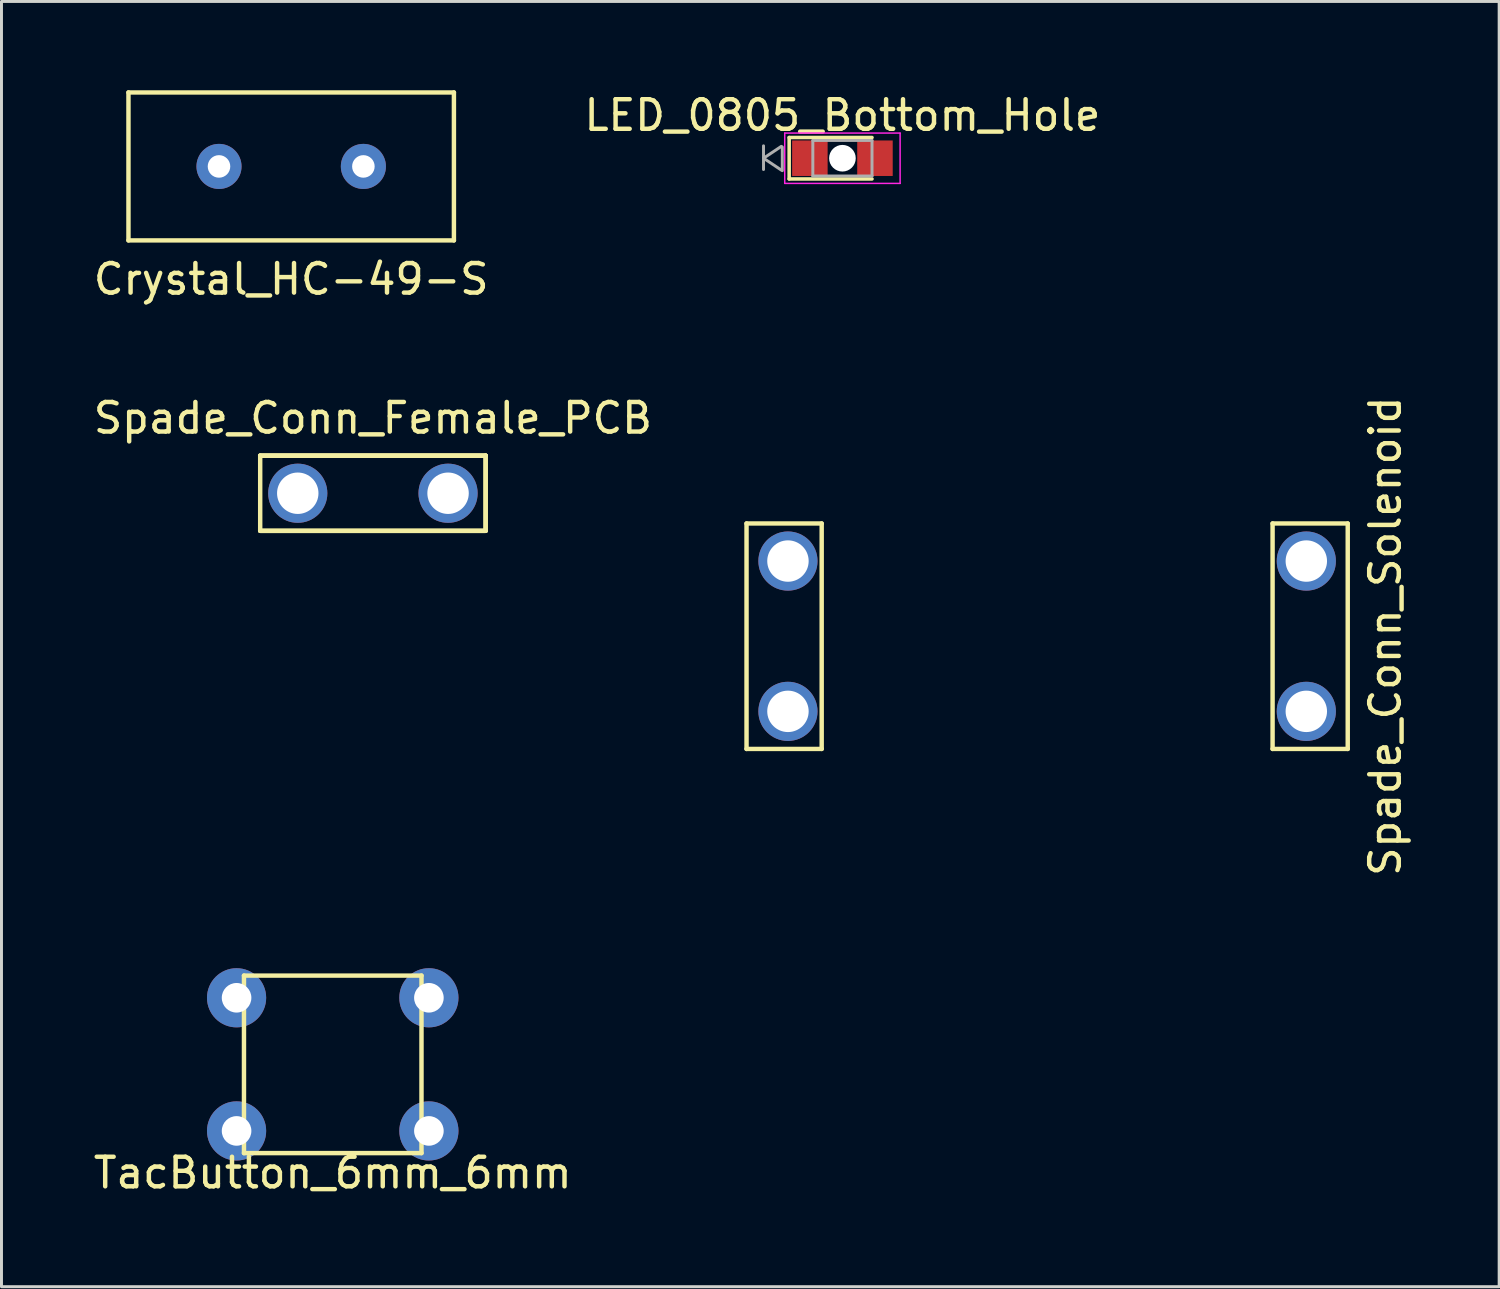
<source format=kicad_pcb>
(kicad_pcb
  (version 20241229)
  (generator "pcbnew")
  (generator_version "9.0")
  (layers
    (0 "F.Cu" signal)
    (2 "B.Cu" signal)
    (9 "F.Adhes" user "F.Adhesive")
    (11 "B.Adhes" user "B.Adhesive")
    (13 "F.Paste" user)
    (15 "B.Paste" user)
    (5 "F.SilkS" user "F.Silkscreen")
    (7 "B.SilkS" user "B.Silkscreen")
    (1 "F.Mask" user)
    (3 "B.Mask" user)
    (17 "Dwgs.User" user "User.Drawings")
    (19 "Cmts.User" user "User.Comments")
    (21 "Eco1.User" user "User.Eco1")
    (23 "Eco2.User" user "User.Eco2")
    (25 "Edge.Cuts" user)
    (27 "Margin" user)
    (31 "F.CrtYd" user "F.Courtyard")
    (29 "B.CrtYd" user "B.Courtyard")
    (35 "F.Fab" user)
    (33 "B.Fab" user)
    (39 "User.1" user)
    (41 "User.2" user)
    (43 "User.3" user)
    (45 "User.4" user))
  (footprint "TacButton_6mm_6mm"
    (layer "F.Cu")
    (at 8.196 32.924)
    (property "Reference" "TacButton_6mm_6mm" (at 0 3.667 0) (layer "F.SilkS") (effects (font (size 1 1) (thickness 0.15))))
    (attr through_hole)
    (fp_line (start -3 -3) (end 3 -3) (stroke (width 0.15) (type solid)) (layer "F.SilkS"))
    (fp_line (start -3 3) (end -3 -3) (stroke (width 0.15) (type solid)) (layer "F.SilkS"))
    (fp_line (start 3 -3) (end 3 3) (stroke (width 0.15) (type solid)) (layer "F.SilkS"))
    (fp_line (start 3 3) (end -3 3) (stroke (width 0.15) (type solid)) (layer "F.SilkS"))
    (pad "1" thru_hole circle (at -3.25 -2.25) (size 2 2) (drill 1) (layers "*.Cu" "*.Mask"))
    (pad "2" thru_hole circle (at -3.25 2.25) (size 2 2) (drill 1) (layers "*.Cu" "*.Mask"))
    (pad "3" thru_hole circle (at 3.25 2.25) (size 2 2) (drill 1) (layers "*.Cu" "*.Mask"))
    (pad "4" thru_hole circle (at 3.25 -2.25) (size 2 2) (drill 1) (layers "*.Cu" "*.Mask")))
  (footprint "Spade_Conn_Female_PCB"
    (layer "F.Cu")
    (at 9.554 13.621)
    (property "Reference" "Spade_Conn_Female_PCB" (at 0 -2.54 0) (layer "F.SilkS") (effects (font (size 1 1) (thickness 0.15))))
    (attr through_hole)
    (fp_line (start -3.81 -1.27) (end 3.81 -1.27) (stroke (width 0.15) (type solid)) (layer "F.SilkS"))
    (fp_line (start -3.81 -1.27) (end 3.81 -1.27) (stroke (width 0.15) (type solid)) (layer "F.SilkS"))
    (fp_line (start -3.81 -1.27) (end 3.81 -1.27) (stroke (width 0.15) (type solid)) (layer "F.SilkS"))
    (fp_line (start -3.81 1.27) (end -3.81 -1.27) (stroke (width 0.15) (type solid)) (layer "F.SilkS"))
    (fp_line (start -3.81 1.27) (end 3.81 1.27) (stroke (width 0.15) (type solid)) (layer "F.SilkS"))
    (fp_line (start 3.81 -1.27) (end 3.81 1.27) (stroke (width 0.15) (type solid)) (layer "F.SilkS"))
    (fp_line (start 3.81 -1.27) (end 3.81 1.27) (stroke (width 0.15) (type solid)) (layer "F.SilkS"))
    (fp_line (start 3.81 1.27) (end -3.81 1.27) (stroke (width 0.15) (type solid)) (layer "F.SilkS"))
    (pad "1" thru_hole circle (at -2.54 0) (size 2 2) (drill 1.4) (layers "*.Cu" "*.Mask"))
    (pad "1" thru_hole circle (at 2.54 0) (size 2 2) (drill 1.4) (layers "*.Cu" "*.Mask")))
  (footprint "Spade_Conn_Solenoid"
    (layer "F.Cu")
    (at 32.342 18.453)
    (property "Reference" "Spade_Conn_Solenoid" (at 11.43 0 90) (layer "F.SilkS") (effects (font (size 1 1) (thickness 0.15))))
    (attr through_hole)
    (fp_line (start -10.16 -3.81) (end -7.62 -3.81) (stroke (width 0.15) (type solid)) (layer "F.SilkS"))
    (fp_line (start -10.16 3.81) (end -10.16 -3.81) (stroke (width 0.15) (type solid)) (layer "F.SilkS"))
    (fp_line (start -7.62 -3.81) (end -7.62 3.81) (stroke (width 0.15) (type solid)) (layer "F.SilkS"))
    (fp_line (start -7.62 3.81) (end -10.16 3.81) (stroke (width 0.15) (type solid)) (layer "F.SilkS"))
    (fp_line (start 7.62 -3.81) (end 10.16 -3.81) (stroke (width 0.15) (type solid)) (layer "F.SilkS"))
    (fp_line (start 7.62 3.81) (end 7.62 -3.81) (stroke (width 0.15) (type solid)) (layer "F.SilkS"))
    (fp_line (start 10.16 -3.81) (end 10.16 3.81) (stroke (width 0.15) (type solid)) (layer "F.SilkS"))
    (fp_line (start 10.16 3.81) (end 7.62 3.81) (stroke (width 0.15) (type solid)) (layer "F.SilkS"))
    (pad "1" thru_hole circle (at -8.76 -2.54 180) (size 2 2) (drill 1.4) (layers "*.Cu" "*.Mask"))
    (pad "1" thru_hole circle (at -8.76 2.54 180) (size 2 2) (drill 1.4) (layers "*.Cu" "*.Mask"))
    (pad "2" thru_hole circle (at 8.76 -2.54 180) (size 2 2) (drill 1.4) (layers "*.Cu" "*.Mask"))
    (pad "2" thru_hole circle (at 8.76 2.54 180) (size 2 2) (drill 1.4) (layers "*.Cu" "*.Mask")))
  (footprint "Crystal_HC-49-S"
    (layer "F.Cu")
    (at 6.792 2.575)
    (property "Reference" "Crystal_HC-49-S" (at 0 3.81 0) (layer "F.SilkS") (effects (font (size 1 1) (thickness 0.15))))
    (attr through_hole)
    (fp_line (start -5.5 -2.5) (end 5.5 -2.5) (stroke (width 0.15) (type solid)) (layer "F.SilkS"))
    (fp_line (start -5.5 2.5) (end -5.5 -2.5) (stroke (width 0.15) (type solid)) (layer "F.SilkS"))
    (fp_line (start 5.5 -2.5) (end 5.5 2.5) (stroke (width 0.15) (type solid)) (layer "F.SilkS"))
    (fp_line (start 5.5 2.5) (end -5.5 2.5) (stroke (width 0.15) (type solid)) (layer "F.SilkS"))
    (pad "1" thru_hole circle (at -2.44 0) (size 1.524 1.524) (drill 0.762) (layers "*.Cu" "*.Mask"))
    (pad "2" thru_hole circle (at 2.44 0) (size 1.524 1.524) (drill 0.762) (layers "*.Cu" "*.Mask")))
  (footprint "LED_0805_Bottom_Hole"
    (layer "F.Cu")
    (at 25.423 2.298)
    (property "Reference" "LED_0805_Bottom_Hole" (at 0 -1.45 0) (layer "F.SilkS") (effects (font (size 1 1) (thickness 0.15))))
    (attr smd)
    (fp_line (start -1.8 -0.7) (end -1.8 0.7) (stroke (width 0.12) (type solid)) (layer "F.SilkS"))
    (fp_line (start -1.8 -0.7) (end 1 -0.7) (stroke (width 0.12) (type solid)) (layer "F.SilkS"))
    (fp_line (start -1.8 0.7) (end 1 0.7) (stroke (width 0.12) (type solid)) (layer "F.SilkS"))
    (fp_line (start -1.95 -0.85) (end 1.95 -0.85) (stroke (width 0.05) (type solid)) (layer "F.CrtYd"))
    (fp_line (start -1.95 0.85) (end -1.95 -0.85) (stroke (width 0.05) (type solid)) (layer "F.CrtYd"))
    (fp_line (start 1.95 -0.85) (end 1.95 0.85) (stroke (width 0.05) (type solid)) (layer "F.CrtYd"))
    (fp_line (start 1.95 0.85) (end -1.95 0.85) (stroke (width 0.05) (type solid)) (layer "F.CrtYd"))
    (fp_line (start -2.667 -0.419) (end -2.667 0.381) (stroke (width 0.1) (type solid)) (layer "F.Fab"))
    (fp_line (start -2.667 0) (end -2.067 -0.4) (stroke (width 0.1) (type solid)) (layer "F.Fab"))
    (fp_line (start -2.067 0.4) (end -2.667 0) (stroke (width 0.1) (type solid)) (layer "F.Fab"))
    (fp_line (start -2.032 -0.381) (end -2.032 0.419) (stroke (width 0.1) (type solid)) (layer "F.Fab"))
    (fp_line (start -1 -0.6) (end 1 -0.6) (stroke (width 0.1) (type solid)) (layer "F.Fab"))
    (fp_line (start -1 0.6) (end -1 -0.6) (stroke (width 0.1) (type solid)) (layer "F.Fab"))
    (fp_line (start 1 -0.6) (end 1 0.6) (stroke (width 0.1) (type solid)) (layer "F.Fab"))
    (fp_line (start 1 0.6) (end -1 0.6) (stroke (width 0.1) (type solid)) (layer "F.Fab"))
    (pad "" np_thru_hole circle (at 0 0) (size 0.9 0.9) (drill 0.9) (layers "*.Cu" "*.Mask"))
    (pad "1" smd rect (at -1.1 0 180) (size 1.2 1.2) (layers "F.Cu" "F.Mask" "F.Paste"))
    (pad "2" smd rect (at 1.1 0 180) (size 1.2 1.2) (layers "F.Cu" "F.Mask" "F.Paste")))
  (gr_rect
    (start -3 -3)
    (end 47.62 40.439)
    (stroke (width 0.1) (type default))
    (fill no)
    (layer "Edge.Cuts")))
</source>
